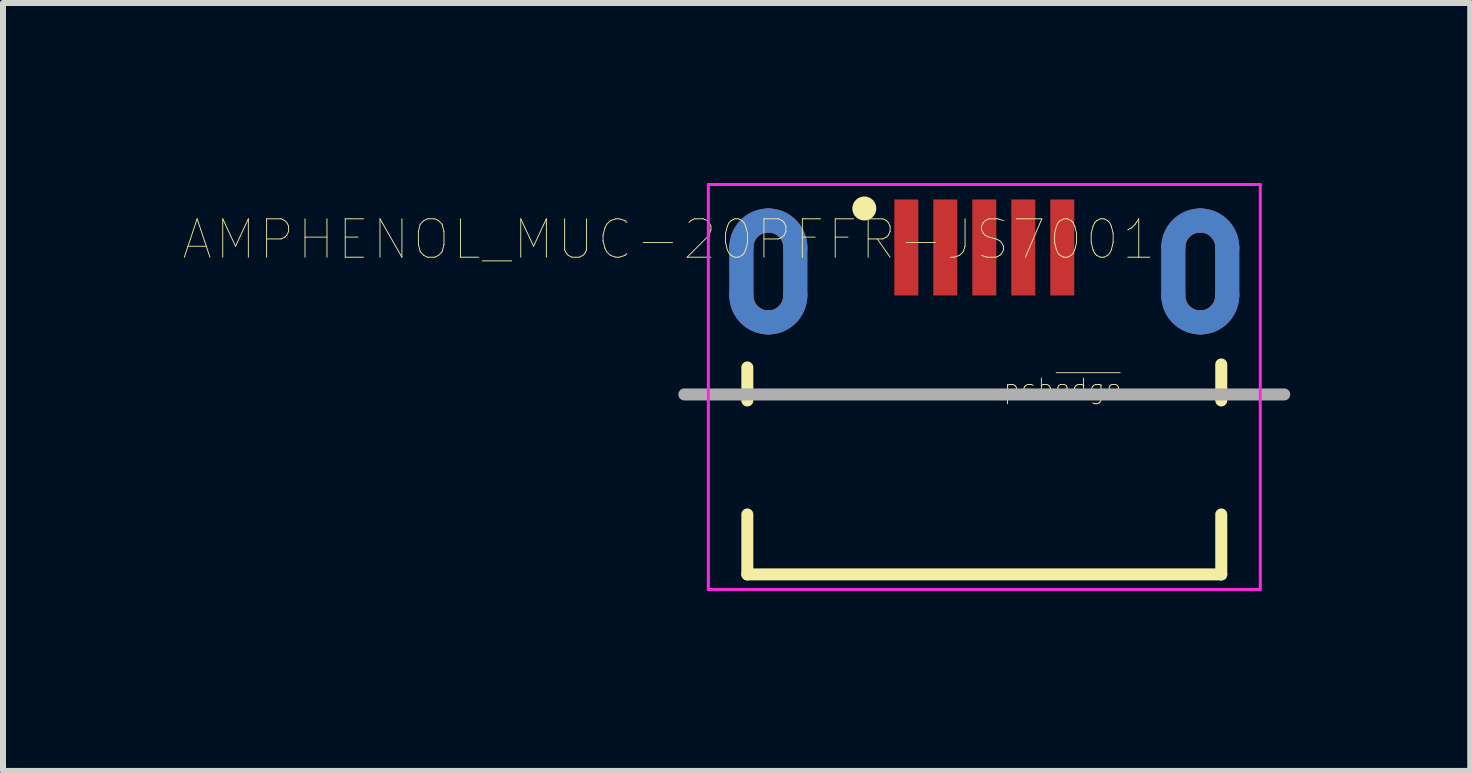
<source format=kicad_pcb>
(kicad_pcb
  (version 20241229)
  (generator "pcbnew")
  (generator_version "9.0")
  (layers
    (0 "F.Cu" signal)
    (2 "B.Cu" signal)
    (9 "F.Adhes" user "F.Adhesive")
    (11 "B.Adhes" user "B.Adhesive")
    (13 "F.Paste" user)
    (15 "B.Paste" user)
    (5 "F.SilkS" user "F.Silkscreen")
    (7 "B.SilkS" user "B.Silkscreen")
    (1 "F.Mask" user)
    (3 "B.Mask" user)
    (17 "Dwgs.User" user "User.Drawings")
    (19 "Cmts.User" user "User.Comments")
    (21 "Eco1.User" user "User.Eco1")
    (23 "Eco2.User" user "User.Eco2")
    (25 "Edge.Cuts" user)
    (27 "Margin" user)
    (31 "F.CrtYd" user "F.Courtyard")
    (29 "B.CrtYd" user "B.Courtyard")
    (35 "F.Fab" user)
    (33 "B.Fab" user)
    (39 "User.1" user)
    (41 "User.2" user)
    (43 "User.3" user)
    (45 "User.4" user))
  (footprint "AMPHENOL_MUC-20PFFR-JS7001"
    (layer "F.Cu")
    (at 13.357 3.525)
    (property "Reference" "AMPHENOL_MUC-20PFFR-JS7001" (at -5.258 -2.583 180) (layer "F.SilkS") (effects (font (size 0.64 0.64) (thickness 0.015))))
    (attr through_hole)
    (fp_line (start -4.05 -1.65) (end -4.05 -2.45) (stroke (width 0.4) (type solid)) (layer "F.Cu"))
    (fp_line (start -3.15 -2.45) (end -3.15 -1.65) (stroke (width 0.4) (type solid)) (layer "F.Cu"))
    (fp_line (start 3.15 -1.65) (end 3.15 -2.45) (stroke (width 0.4) (type solid)) (layer "F.Cu"))
    (fp_line (start 4.05 -2.45) (end 4.05 -1.65) (stroke (width 0.4) (type solid)) (layer "F.Cu"))
    (fp_arc (start -4.05 -2.45) (mid -3.918198 -2.768198) (end -3.6 -2.9) (stroke (width 0.4) (type solid)) (layer "F.Cu"))
    (fp_arc (start -3.6 -2.9) (mid -3.281802 -2.768198) (end -3.15 -2.45) (stroke (width 0.4) (type solid)) (layer "F.Cu"))
    (fp_arc (start -3.6 -1.2) (mid -3.918198 -1.331802) (end -4.05 -1.65) (stroke (width 0.4) (type solid)) (layer "F.Cu"))
    (fp_arc (start -3.15 -1.65) (mid -3.281802 -1.331802) (end -3.6 -1.2) (stroke (width 0.4) (type solid)) (layer "F.Cu"))
    (fp_arc (start 3.15 -2.45) (mid 3.281802 -2.768198) (end 3.6 -2.9) (stroke (width 0.4) (type solid)) (layer "F.Cu"))
    (fp_arc (start 3.6 -2.9) (mid 3.918198 -2.768198) (end 4.05 -2.45) (stroke (width 0.4) (type solid)) (layer "F.Cu"))
    (fp_arc (start 3.6 -1.2) (mid 3.281802 -1.331802) (end 3.15 -1.65) (stroke (width 0.4) (type solid)) (layer "F.Cu"))
    (fp_arc (start 4.05 -1.65) (mid 3.918198 -1.331802) (end 3.6 -1.2) (stroke (width 0.4) (type solid)) (layer "F.Cu"))
    (fp_line (start -4.05 -1.65) (end -4.05 -2.45) (stroke (width 0.4) (type solid)) (layer "B.Cu"))
    (fp_line (start -3.15 -2.45) (end -3.15 -1.65) (stroke (width 0.4) (type solid)) (layer "B.Cu"))
    (fp_line (start 3.15 -1.65) (end 3.15 -2.45) (stroke (width 0.4) (type solid)) (layer "B.Cu"))
    (fp_line (start 4.05 -2.45) (end 4.05 -1.65) (stroke (width 0.4) (type solid)) (layer "B.Cu"))
    (fp_arc (start -4.05 -2.45) (mid -3.918198 -2.768198) (end -3.6 -2.9) (stroke (width 0.4) (type solid)) (layer "B.Cu"))
    (fp_arc (start -3.6 -2.9) (mid -3.281802 -2.768198) (end -3.15 -2.45) (stroke (width 0.4) (type solid)) (layer "B.Cu"))
    (fp_arc (start -3.6 -1.2) (mid -3.918198 -1.331802) (end -4.05 -1.65) (stroke (width 0.4) (type solid)) (layer "B.Cu"))
    (fp_arc (start -3.15 -1.65) (mid -3.281802 -1.331802) (end -3.6 -1.2) (stroke (width 0.4) (type solid)) (layer "B.Cu"))
    (fp_arc (start 3.15 -2.45) (mid 3.281802 -2.768198) (end 3.6 -2.9) (stroke (width 0.4) (type solid)) (layer "B.Cu"))
    (fp_arc (start 3.6 -2.9) (mid 3.918198 -2.768198) (end 4.05 -2.45) (stroke (width 0.4) (type solid)) (layer "B.Cu"))
    (fp_arc (start 3.6 -1.2) (mid 3.281802 -1.331802) (end 3.15 -1.65) (stroke (width 0.4) (type solid)) (layer "B.Cu"))
    (fp_arc (start 4.05 -1.65) (mid 3.918198 -1.331802) (end 3.6 -1.2) (stroke (width 0.4) (type solid)) (layer "B.Cu"))
    (fp_poly (pts (xy -4.5 -1.65) (xy -4.5 -2.45) (xy -4.499 -2.497) (xy -4.495 -2.544) (xy -4.489 -2.591) (xy -4.48 -2.637) (xy -4.469 -2.683) (xy -4.456 -2.728) (xy -4.44 -2.773) (xy -4.422 -2.816) (xy -4.402 -2.859) (xy -4.379 -2.9) (xy -4.355 -2.94) (xy -4.328 -2.979) (xy -4.299 -3.016) (xy -4.269 -3.052) (xy -4.236 -3.086) (xy -4.202 -3.119) (xy -4.166 -3.149) (xy -4.129 -3.178) (xy -4.09 -3.205) (xy -4.05 -3.229) (xy -4.009 -3.252) (xy -3.966 -3.272) (xy -3.923 -3.29) (xy -3.878 -3.306) (xy -3.833 -3.319) (xy -3.787 -3.33) (xy -3.741 -3.339) (xy -3.694 -3.345) (xy -3.647 -3.349) (xy -3.6 -3.35) (xy -3.553 -3.349) (xy -3.506 -3.345) (xy -3.459 -3.339) (xy -3.413 -3.33) (xy -3.367 -3.319) (xy -3.322 -3.306) (xy -3.277 -3.29) (xy -3.234 -3.272) (xy -3.191 -3.252) (xy -3.15 -3.229) (xy -3.11 -3.205) (xy -3.071 -3.178) (xy -3.034 -3.149) (xy -2.998 -3.119) (xy -2.964 -3.086) (xy -2.931 -3.052) (xy -2.901 -3.016) (xy -2.872 -2.979) (xy -2.845 -2.94) (xy -2.821 -2.9) (xy -2.798 -2.859) (xy -2.778 -2.816) (xy -2.76 -2.773) (xy -2.744 -2.728) (xy -2.731 -2.683) (xy -2.72 -2.637) (xy -2.711 -2.591) (xy -2.705 -2.544) (xy -2.701 -2.497) (xy -2.7 -2.45) (xy -2.7 -1.65) (xy -2.748 -1.604) (xy -2.799 -1.561) (xy -2.852 -1.52) (xy -2.907 -1.483) (xy -2.964 -1.448) (xy -3.022 -1.416) (xy -3.082 -1.387) (xy -3.144 -1.362) (xy -3.207 -1.34) (xy -3.271 -1.321) (xy -3.335 -1.305) (xy -3.401 -1.293) (xy -3.467 -1.284) (xy -3.533 -1.279) (xy -3.6 -1.277) (xy -3.667 -1.279) (xy -3.733 -1.284) (xy -3.799 -1.293) (xy -3.865 -1.305) (xy -3.929 -1.321) (xy -3.993 -1.34) (xy -4.056 -1.362) (xy -4.118 -1.387) (xy -4.178 -1.416) (xy -4.236 -1.448) (xy -4.293 -1.483) (xy -4.348 -1.52) (xy -4.401 -1.561) (xy -4.452 -1.604) (xy -4.5 -1.65)) (stroke (width 0.01) (type solid)) (fill yes) (layer "B.Mask"))
    (fp_poly (pts (xy -4.5 -1.65) (xy -4.5 -2.45) (xy -4.499 -2.497) (xy -4.495 -2.544) (xy -4.489 -2.591) (xy -4.48 -2.637) (xy -4.469 -2.683) (xy -4.456 -2.728) (xy -4.44 -2.773) (xy -4.422 -2.816) (xy -4.402 -2.859) (xy -4.379 -2.9) (xy -4.355 -2.94) (xy -4.328 -2.979) (xy -4.299 -3.016) (xy -4.269 -3.052) (xy -4.236 -3.086) (xy -4.202 -3.119) (xy -4.166 -3.149) (xy -4.129 -3.178) (xy -4.09 -3.205) (xy -4.05 -3.229) (xy -4.009 -3.252) (xy -3.966 -3.272) (xy -3.923 -3.29) (xy -3.878 -3.306) (xy -3.833 -3.319) (xy -3.787 -3.33) (xy -3.741 -3.339) (xy -3.694 -3.345) (xy -3.647 -3.349) (xy -3.6 -3.35) (xy -3.553 -3.349) (xy -3.506 -3.345) (xy -3.459 -3.339) (xy -3.413 -3.33) (xy -3.367 -3.319) (xy -3.322 -3.306) (xy -3.277 -3.29) (xy -3.234 -3.272) (xy -3.191 -3.252) (xy -3.15 -3.229) (xy -3.11 -3.205) (xy -3.071 -3.178) (xy -3.034 -3.149) (xy -2.998 -3.119) (xy -2.964 -3.086) (xy -2.931 -3.052) (xy -2.901 -3.016) (xy -2.872 -2.979) (xy -2.845 -2.94) (xy -2.821 -2.9) (xy -2.798 -2.859) (xy -2.778 -2.816) (xy -2.76 -2.773) (xy -2.744 -2.728) (xy -2.731 -2.683) (xy -2.72 -2.637) (xy -2.711 -2.591) (xy -2.705 -2.544) (xy -2.701 -2.497) (xy -2.7 -2.45) (xy -2.7 -1.65) (xy -2.701 -1.603) (xy -2.705 -1.556) (xy -2.711 -1.509) (xy -2.72 -1.463) (xy -2.731 -1.417) (xy -2.744 -1.372) (xy -2.76 -1.327) (xy -2.778 -1.284) (xy -2.798 -1.241) (xy -2.821 -1.2) (xy -2.845 -1.16) (xy -2.872 -1.121) (xy -2.901 -1.084) (xy -2.931 -1.048) (xy -2.964 -1.014) (xy -2.998 -0.981) (xy -3.034 -0.951) (xy -3.071 -0.922) (xy -3.11 -0.895) (xy -3.15 -0.871) (xy -3.191 -0.848) (xy -3.234 -0.828) (xy -3.277 -0.81) (xy -3.322 -0.794) (xy -3.367 -0.781) (xy -3.413 -0.77) (xy -3.459 -0.761) (xy -3.506 -0.755) (xy -3.553 -0.751) (xy -3.6 -0.75) (xy -3.647 -0.751) (xy -3.694 -0.755) (xy -3.741 -0.761) (xy -3.787 -0.77) (xy -3.833 -0.781) (xy -3.878 -0.794) (xy -3.923 -0.81) (xy -3.966 -0.828) (xy -4.009 -0.848) (xy -4.05 -0.871) (xy -4.09 -0.895) (xy -4.129 -0.922) (xy -4.166 -0.951) (xy -4.202 -0.981) (xy -4.236 -1.014) (xy -4.269 -1.048) (xy -4.299 -1.084) (xy -4.328 -1.121) (xy -4.355 -1.16) (xy -4.379 -1.2) (xy -4.402 -1.241) (xy -4.422 -1.284) (xy -4.44 -1.327) (xy -4.456 -1.372) (xy -4.469 -1.417) (xy -4.48 -1.463) (xy -4.489 -1.509) (xy -4.495 -1.556) (xy -4.499 -1.603) (xy -4.5 -1.65)) (stroke (width 0.01) (type solid)) (fill yes) (layer "B.Mask"))
    (fp_poly (pts (xy 2.7 -1.65) (xy 2.7 -2.45) (xy 2.701 -2.497) (xy 2.705 -2.544) (xy 2.711 -2.591) (xy 2.72 -2.637) (xy 2.731 -2.683) (xy 2.744 -2.728) (xy 2.76 -2.773) (xy 2.778 -2.816) (xy 2.798 -2.859) (xy 2.821 -2.9) (xy 2.845 -2.94) (xy 2.872 -2.979) (xy 2.901 -3.016) (xy 2.931 -3.052) (xy 2.964 -3.086) (xy 2.998 -3.119) (xy 3.034 -3.149) (xy 3.071 -3.178) (xy 3.11 -3.205) (xy 3.15 -3.229) (xy 3.191 -3.252) (xy 3.234 -3.272) (xy 3.277 -3.29) (xy 3.322 -3.306) (xy 3.367 -3.319) (xy 3.413 -3.33) (xy 3.459 -3.339) (xy 3.506 -3.345) (xy 3.553 -3.349) (xy 3.6 -3.35) (xy 3.647 -3.349) (xy 3.694 -3.345) (xy 3.741 -3.339) (xy 3.787 -3.33) (xy 3.833 -3.319) (xy 3.878 -3.306) (xy 3.923 -3.29) (xy 3.966 -3.272) (xy 4.009 -3.252) (xy 4.05 -3.229) (xy 4.09 -3.205) (xy 4.129 -3.178) (xy 4.166 -3.149) (xy 4.202 -3.119) (xy 4.236 -3.086) (xy 4.269 -3.052) (xy 4.299 -3.016) (xy 4.328 -2.979) (xy 4.355 -2.94) (xy 4.379 -2.9) (xy 4.402 -2.859) (xy 4.422 -2.816) (xy 4.44 -2.773) (xy 4.456 -2.728) (xy 4.469 -2.683) (xy 4.48 -2.637) (xy 4.489 -2.591) (xy 4.495 -2.544) (xy 4.499 -2.497) (xy 4.5 -2.45) (xy 4.5 -1.65) (xy 4.499 -1.603) (xy 4.495 -1.556) (xy 4.489 -1.509) (xy 4.48 -1.463) (xy 4.469 -1.417) (xy 4.456 -1.372) (xy 4.44 -1.327) (xy 4.422 -1.284) (xy 4.402 -1.241) (xy 4.379 -1.2) (xy 4.355 -1.16) (xy 4.328 -1.121) (xy 4.299 -1.084) (xy 4.269 -1.048) (xy 4.236 -1.014) (xy 4.202 -0.981) (xy 4.166 -0.951) (xy 4.129 -0.922) (xy 4.09 -0.895) (xy 4.05 -0.871) (xy 4.009 -0.848) (xy 3.966 -0.828) (xy 3.923 -0.81) (xy 3.878 -0.794) (xy 3.833 -0.781) (xy 3.787 -0.77) (xy 3.741 -0.761) (xy 3.694 -0.755) (xy 3.647 -0.751) (xy 3.6 -0.75) (xy 3.553 -0.751) (xy 3.506 -0.755) (xy 3.459 -0.761) (xy 3.413 -0.77) (xy 3.367 -0.781) (xy 3.322 -0.794) (xy 3.277 -0.81) (xy 3.234 -0.828) (xy 3.191 -0.848) (xy 3.15 -0.871) (xy 3.11 -0.895) (xy 3.071 -0.922) (xy 3.034 -0.951) (xy 2.998 -0.981) (xy 2.964 -1.014) (xy 2.931 -1.048) (xy 2.901 -1.084) (xy 2.872 -1.121) (xy 2.845 -1.16) (xy 2.821 -1.2) (xy 2.798 -1.241) (xy 2.778 -1.284) (xy 2.76 -1.327) (xy 2.744 -1.372) (xy 2.731 -1.417) (xy 2.72 -1.463) (xy 2.711 -1.509) (xy 2.705 -1.556) (xy 2.701 -1.603) (xy 2.7 -1.65)) (stroke (width 0.01) (type solid)) (fill yes) (layer "B.Mask"))
    (fp_poly (pts (xy 2.7 -1.65) (xy 2.7 -2.45) (xy 2.701 -2.497) (xy 2.705 -2.544) (xy 2.711 -2.591) (xy 2.72 -2.637) (xy 2.731 -2.683) (xy 2.744 -2.728) (xy 2.76 -2.773) (xy 2.778 -2.816) (xy 2.798 -2.859) (xy 2.821 -2.9) (xy 2.845 -2.94) (xy 2.872 -2.979) (xy 2.901 -3.016) (xy 2.931 -3.052) (xy 2.964 -3.086) (xy 2.998 -3.119) (xy 3.034 -3.149) (xy 3.071 -3.178) (xy 3.11 -3.205) (xy 3.15 -3.229) (xy 3.191 -3.252) (xy 3.234 -3.272) (xy 3.277 -3.29) (xy 3.322 -3.306) (xy 3.367 -3.319) (xy 3.413 -3.33) (xy 3.459 -3.339) (xy 3.506 -3.345) (xy 3.553 -3.349) (xy 3.6 -3.35) (xy 3.647 -3.349) (xy 3.694 -3.345) (xy 3.741 -3.339) (xy 3.787 -3.33) (xy 3.833 -3.319) (xy 3.878 -3.306) (xy 3.923 -3.29) (xy 3.966 -3.272) (xy 4.009 -3.252) (xy 4.05 -3.229) (xy 4.09 -3.205) (xy 4.129 -3.178) (xy 4.166 -3.149) (xy 4.202 -3.119) (xy 4.236 -3.086) (xy 4.269 -3.052) (xy 4.299 -3.016) (xy 4.328 -2.979) (xy 4.355 -2.94) (xy 4.379 -2.9) (xy 4.402 -2.859) (xy 4.422 -2.816) (xy 4.44 -2.773) (xy 4.456 -2.728) (xy 4.469 -2.683) (xy 4.48 -2.637) (xy 4.489 -2.591) (xy 4.495 -2.544) (xy 4.499 -2.497) (xy 4.5 -2.45) (xy 4.5 -1.65) (xy 4.499 -1.603) (xy 4.495 -1.556) (xy 4.489 -1.509) (xy 4.48 -1.463) (xy 4.469 -1.417) (xy 4.456 -1.372) (xy 4.44 -1.327) (xy 4.422 -1.284) (xy 4.402 -1.241) (xy 4.379 -1.2) (xy 4.355 -1.16) (xy 4.328 -1.121) (xy 4.299 -1.084) (xy 4.269 -1.048) (xy 4.236 -1.014) (xy 4.202 -0.981) (xy 4.166 -0.951) (xy 4.129 -0.922) (xy 4.09 -0.895) (xy 4.05 -0.871) (xy 4.009 -0.848) (xy 3.966 -0.828) (xy 3.923 -0.81) (xy 3.878 -0.794) (xy 3.833 -0.781) (xy 3.787 -0.77) (xy 3.741 -0.761) (xy 3.694 -0.755) (xy 3.647 -0.751) (xy 3.6 -0.75) (xy 3.553 -0.751) (xy 3.506 -0.755) (xy 3.459 -0.761) (xy 3.413 -0.77) (xy 3.367 -0.781) (xy 3.322 -0.794) (xy 3.277 -0.81) (xy 3.234 -0.828) (xy 3.191 -0.848) (xy 3.15 -0.871) (xy 3.11 -0.895) (xy 3.071 -0.922) (xy 3.034 -0.951) (xy 2.998 -0.981) (xy 2.964 -1.014) (xy 2.931 -1.048) (xy 2.901 -1.084) (xy 2.872 -1.121) (xy 2.845 -1.16) (xy 2.821 -1.2) (xy 2.798 -1.241) (xy 2.778 -1.284) (xy 2.76 -1.327) (xy 2.744 -1.372) (xy 2.731 -1.417) (xy 2.72 -1.463) (xy 2.711 -1.509) (xy 2.705 -1.556) (xy 2.701 -1.603) (xy 2.7 -1.65)) (stroke (width 0.01) (type solid)) (fill yes) (layer "B.Mask"))
    (fp_line (start -3.95 -0.45) (end -3.95 0.1) (stroke (width 0.2) (type solid)) (layer "F.SilkS"))
    (fp_line (start -3.95 2) (end -3.95 3) (stroke (width 0.2) (type solid)) (layer "F.SilkS"))
    (fp_line (start -3.95 3) (end 3.95 3) (stroke (width 0.2) (type solid)) (layer "F.SilkS"))
    (fp_line (start 3.95 0.1) (end 3.95 -0.5) (stroke (width 0.2) (type solid)) (layer "F.SilkS"))
    (fp_line (start 3.95 3) (end 3.95 2) (stroke (width 0.2) (type solid)) (layer "F.SilkS"))
    (fp_circle (center -2 -3.1) (end -1.9 -3.1) (stroke (width 0.2) (type solid)) (fill no) (layer "F.SilkS"))
    (fp_line (start -4.05 -1.65) (end -4.05 -2.45) (stroke (width 0.4) (type solid)) (layer "F.Paste"))
    (fp_line (start -3.15 -2.45) (end -3.15 -1.65) (stroke (width 0.4) (type solid)) (layer "F.Paste"))
    (fp_line (start 3.15 -1.65) (end 3.15 -2.45) (stroke (width 0.4) (type solid)) (layer "F.Paste"))
    (fp_line (start 4.05 -2.45) (end 4.05 -1.65) (stroke (width 0.4) (type solid)) (layer "F.Paste"))
    (fp_arc (start -4.05 -2.45) (mid -3.918198 -2.768198) (end -3.6 -2.9) (stroke (width 0.4) (type solid)) (layer "F.Paste"))
    (fp_arc (start -3.6 -2.9) (mid -3.281802 -2.768198) (end -3.15 -2.45) (stroke (width 0.4) (type solid)) (layer "F.Paste"))
    (fp_arc (start -3.6 -1.2) (mid -3.918198 -1.331802) (end -4.05 -1.65) (stroke (width 0.4) (type solid)) (layer "F.Paste"))
    (fp_arc (start -3.15 -1.65) (mid -3.281802 -1.331802) (end -3.6 -1.2) (stroke (width 0.4) (type solid)) (layer "F.Paste"))
    (fp_arc (start 3.15 -2.45) (mid 3.281802 -2.768198) (end 3.6 -2.9) (stroke (width 0.4) (type solid)) (layer "F.Paste"))
    (fp_arc (start 3.6 -2.9) (mid 3.918198 -2.768198) (end 4.05 -2.45) (stroke (width 0.4) (type solid)) (layer "F.Paste"))
    (fp_arc (start 3.6 -1.2) (mid 3.281802 -1.331802) (end 3.15 -1.65) (stroke (width 0.4) (type solid)) (layer "F.Paste"))
    (fp_arc (start 4.05 -1.65) (mid 3.918198 -1.331802) (end 3.6 -1.2) (stroke (width 0.4) (type solid)) (layer "F.Paste"))
    (fp_line (start -4.05 -1.65) (end -4.05 -2.45) (stroke (width 0.4) (type solid)) (layer "B.Paste"))
    (fp_line (start -3.15 -2.45) (end -3.15 -1.65) (stroke (width 0.4) (type solid)) (layer "B.Paste"))
    (fp_line (start 3.15 -1.65) (end 3.15 -2.45) (stroke (width 0.4) (type solid)) (layer "B.Paste"))
    (fp_line (start 4.05 -2.45) (end 4.05 -1.65) (stroke (width 0.4) (type solid)) (layer "B.Paste"))
    (fp_arc (start -4.05 -2.45) (mid -3.918198 -2.768198) (end -3.6 -2.9) (stroke (width 0.4) (type solid)) (layer "B.Paste"))
    (fp_arc (start -3.6 -2.9) (mid -3.281802 -2.768198) (end -3.15 -2.45) (stroke (width 0.4) (type solid)) (layer "B.Paste"))
    (fp_arc (start -3.6 -1.2) (mid -3.918198 -1.331802) (end -4.05 -1.65) (stroke (width 0.4) (type solid)) (layer "B.Paste"))
    (fp_arc (start -3.15 -1.65) (mid -3.281802 -1.331802) (end -3.6 -1.2) (stroke (width 0.4) (type solid)) (layer "B.Paste"))
    (fp_arc (start 3.15 -2.45) (mid 3.281802 -2.768198) (end 3.6 -2.9) (stroke (width 0.4) (type solid)) (layer "B.Paste"))
    (fp_arc (start 3.6 -2.9) (mid 3.918198 -2.768198) (end 4.05 -2.45) (stroke (width 0.4) (type solid)) (layer "B.Paste"))
    (fp_arc (start 3.6 -1.2) (mid 3.281802 -1.331802) (end 3.15 -1.65) (stroke (width 0.4) (type solid)) (layer "B.Paste"))
    (fp_arc (start 4.05 -1.65) (mid 3.918198 -1.331802) (end 3.6 -1.2) (stroke (width 0.4) (type solid)) (layer "B.Paste"))
    (fp_line (start -3.85 -1.65) (end -3.85 -2.45) (stroke (width 0.001) (type solid)) (layer "Edge.Cuts"))
    (fp_line (start -3.35 -2.45) (end -3.35 -1.65) (stroke (width 0.001) (type solid)) (layer "Edge.Cuts"))
    (fp_line (start 3.35 -1.65) (end 3.35 -2.45) (stroke (width 0.001) (type solid)) (layer "Edge.Cuts"))
    (fp_line (start 3.85 -2.45) (end 3.85 -1.65) (stroke (width 0.001) (type solid)) (layer "Edge.Cuts"))
    (fp_arc (start -3.85 -2.45) (mid -3.776777 -2.626777) (end -3.6 -2.7) (stroke (width 0.001) (type solid)) (layer "Edge.Cuts"))
    (fp_arc (start -3.6 -2.7) (mid -3.423223 -2.626777) (end -3.35 -2.45) (stroke (width 0.001) (type solid)) (layer "Edge.Cuts"))
    (fp_arc (start -3.6 -1.4) (mid -3.776777 -1.473223) (end -3.85 -1.65) (stroke (width 0.001) (type solid)) (layer "Edge.Cuts"))
    (fp_arc (start -3.35 -1.65) (mid -3.423223 -1.473223) (end -3.6 -1.4) (stroke (width 0.001) (type solid)) (layer "Edge.Cuts"))
    (fp_arc (start 3.35 -2.45) (mid 3.423223 -2.626777) (end 3.6 -2.7) (stroke (width 0.001) (type solid)) (layer "Edge.Cuts"))
    (fp_arc (start 3.6 -2.7) (mid 3.776777 -2.626777) (end 3.85 -2.45) (stroke (width 0.001) (type solid)) (layer "Edge.Cuts"))
    (fp_arc (start 3.6 -1.4) (mid 3.423223 -1.473223) (end 3.35 -1.65) (stroke (width 0.001) (type solid)) (layer "Edge.Cuts"))
    (fp_arc (start 3.85 -1.65) (mid 3.776777 -1.473223) (end 3.6 -1.4) (stroke (width 0.001) (type solid)) (layer "Edge.Cuts"))
    (fp_line (start -4.6 -3.5) (end 4.6 -3.5) (stroke (width 0.05) (type solid)) (layer "F.CrtYd"))
    (fp_line (start -4.6 3.25) (end -4.6 -3.5) (stroke (width 0.05) (type solid)) (layer "F.CrtYd"))
    (fp_line (start 4.6 -3.5) (end 4.6 3.25) (stroke (width 0.05) (type solid)) (layer "F.CrtYd"))
    (fp_line (start 4.6 3.25) (end -4.6 3.25) (stroke (width 0.05) (type solid)) (layer "F.CrtYd"))
    (fp_line (start -5 0) (end 5 0) (stroke (width 0.2) (type solid)) (layer "F.Fab"))
    (fp_text user "pcb~{edge}" (at 1.303 -0.1 0) (layer "F.SilkS") (effects (font (size 0.321 0.321) (thickness 0.015))))
    (pad "1" smd rect (at -1.3 -2.45) (size 0.4 1.6) (layers "F.Cu" "F.Mask" "F.Paste"))
    (pad "2" smd rect (at -0.65 -2.45) (size 0.4 1.6) (layers "F.Cu" "F.Mask" "F.Paste"))
    (pad "3" smd rect (at 0 -2.45) (size 0.4 1.6) (layers "F.Cu" "F.Mask" "F.Paste"))
    (pad "4" smd rect (at 0.65 -2.45) (size 0.4 1.6) (layers "F.Cu" "F.Mask" "F.Paste"))
    (pad "5" smd rect (at 1.3 -2.45) (size 0.4 1.6) (layers "F.Cu" "F.Mask" "F.Paste"))
    (pad "P1" smd rect (at -4.064 -2.032) (size 0.1 0.16) (layers "F.Cu"))
    (pad "P2" smd rect (at 3.136 -2.132) (size 0.1 0.16) (layers "F.Cu")))
  (gr_rect
    (start -3 -3)
    (end 21.457 9.8)
    (stroke (width 0.1) (type default))
    (fill no)
    (layer "Edge.Cuts")))
</source>
